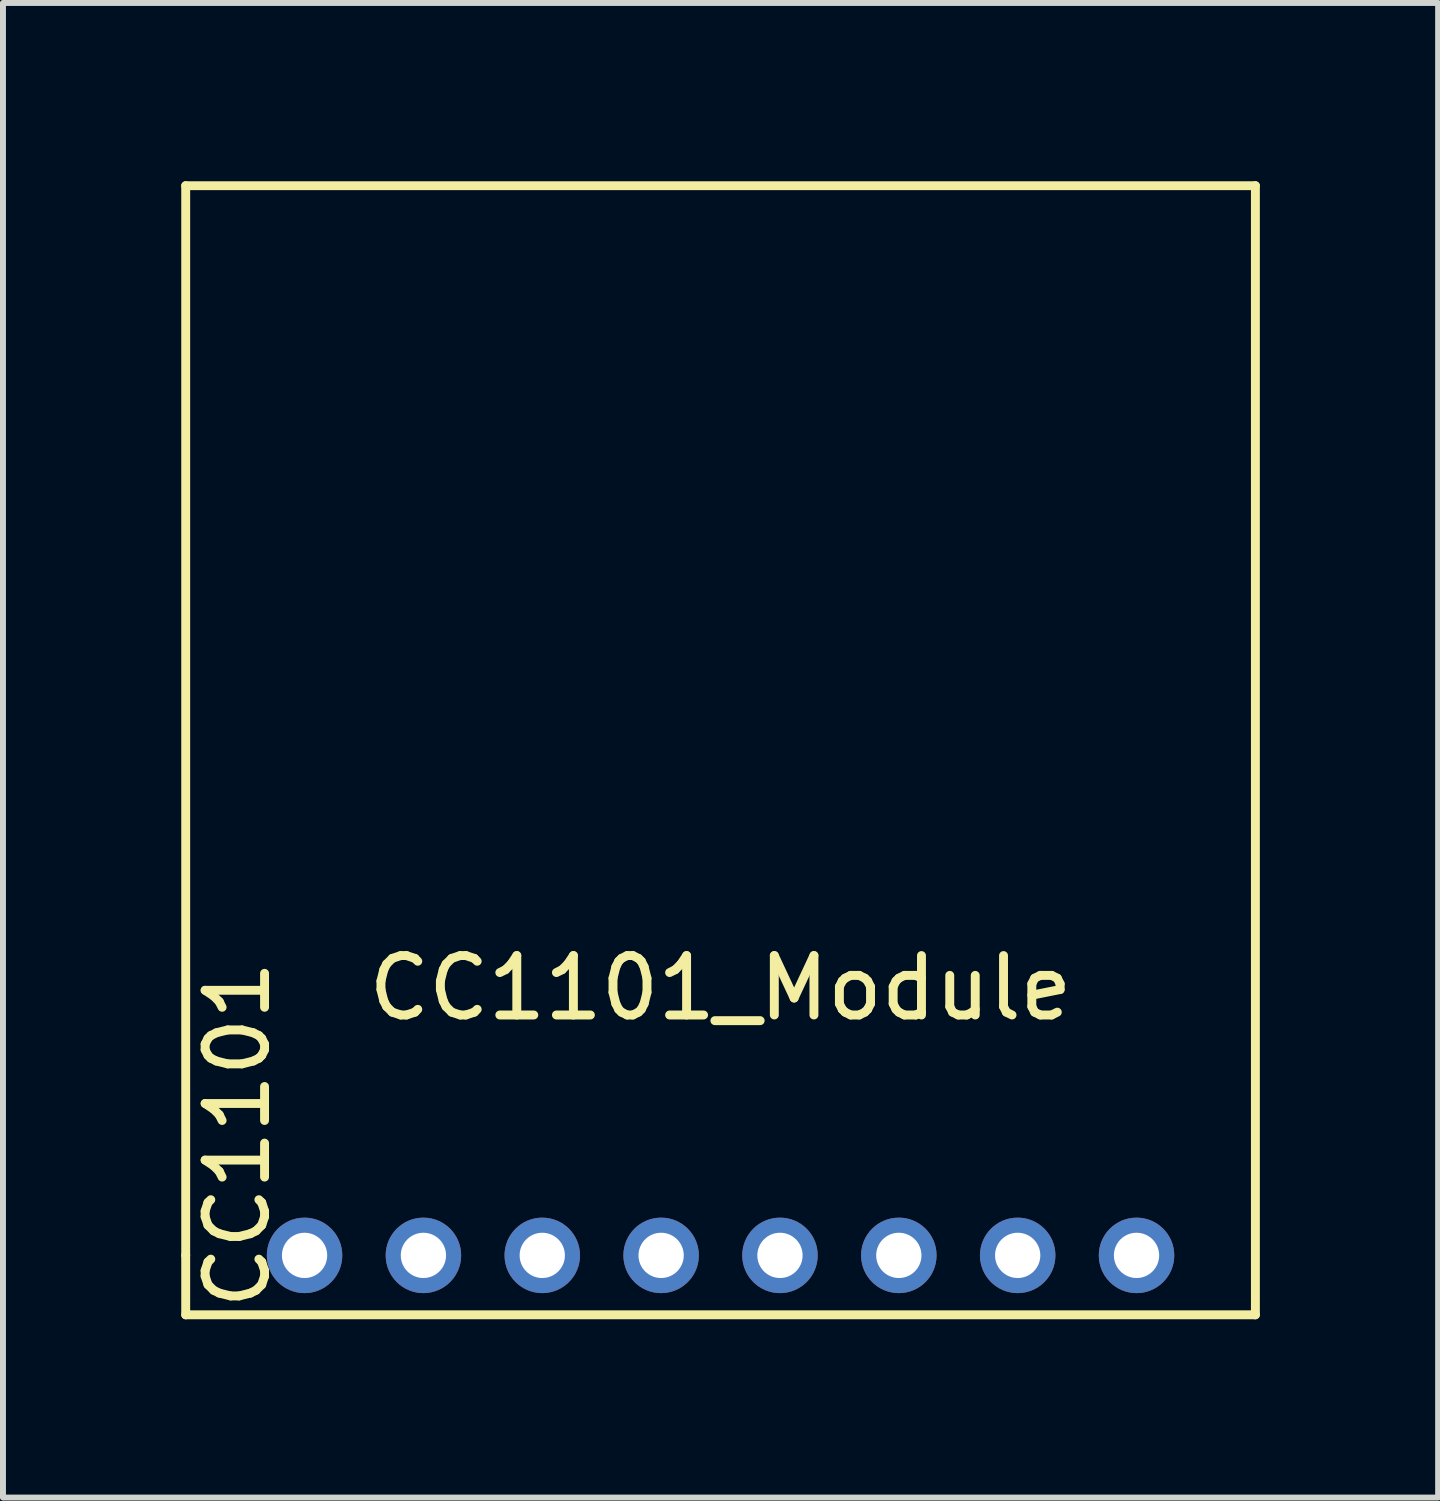
<source format=kicad_pcb>
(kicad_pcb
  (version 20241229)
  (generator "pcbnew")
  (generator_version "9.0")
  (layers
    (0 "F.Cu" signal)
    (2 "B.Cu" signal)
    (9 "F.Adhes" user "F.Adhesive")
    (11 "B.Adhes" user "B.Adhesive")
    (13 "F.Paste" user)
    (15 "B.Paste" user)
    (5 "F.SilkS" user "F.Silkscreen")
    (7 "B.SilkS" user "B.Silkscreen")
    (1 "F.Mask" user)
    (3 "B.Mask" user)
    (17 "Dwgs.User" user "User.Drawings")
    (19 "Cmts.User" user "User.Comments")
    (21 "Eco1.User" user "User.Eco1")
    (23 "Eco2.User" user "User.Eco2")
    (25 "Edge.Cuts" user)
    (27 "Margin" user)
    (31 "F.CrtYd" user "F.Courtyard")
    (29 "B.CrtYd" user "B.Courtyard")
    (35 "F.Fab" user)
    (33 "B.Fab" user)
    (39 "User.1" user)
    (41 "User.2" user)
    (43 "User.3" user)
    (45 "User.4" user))
  (footprint "CC1101_Module"
    (layer "F.Cu")
    (at 9.075 18.075)
    (property "Reference" "CC1101_Module" (at 0 -4.5 0) (layer "F.SilkS") (effects (font (size 1 1) (thickness 0.15))))
    (attr through_hole)
    (fp_line (start -9 -18) (end 9 -18) (stroke (width 0.15) (type solid)) (layer "F.SilkS"))
    (fp_line (start -9 0) (end -9 -18) (stroke (width 0.15) (type solid)) (layer "F.SilkS"))
    (fp_line (start -9 1) (end -9 0) (stroke (width 0.15) (type solid)) (layer "F.SilkS"))
    (fp_line (start 9 -18) (end 9 1) (stroke (width 0.15) (type solid)) (layer "F.SilkS"))
    (fp_line (start 9 1) (end -9 1) (stroke (width 0.15) (type solid)) (layer "F.SilkS"))
    (fp_text user "CC1101" (at -8.128 -2.032 90) (layer "F.SilkS") (effects (font (size 1 1) (thickness 0.15))))
    (pad "1" thru_hole circle (at -7 0) (size 1.27 1.27) (drill 0.762) (layers "*.Cu" "*.Mask"))
    (pad "2" thru_hole circle (at -5 0) (size 1.27 1.27) (drill 0.762) (layers "*.Cu" "*.Mask"))
    (pad "3" thru_hole circle (at -3 0) (size 1.27 1.27) (drill 0.762) (layers "*.Cu" "*.Mask"))
    (pad "4" thru_hole circle (at -1 0) (size 1.27 1.27) (drill 0.762) (layers "*.Cu" "*.Mask"))
    (pad "5" thru_hole circle (at 1 0) (size 1.27 1.27) (drill 0.762) (layers "*.Cu" "*.Mask"))
    (pad "6" thru_hole circle (at 3 0) (size 1.27 1.27) (drill 0.762) (layers "*.Cu" "*.Mask"))
    (pad "7" thru_hole circle (at 5 0) (size 1.27 1.27) (drill 0.762) (layers "*.Cu" "*.Mask"))
    (pad "8" thru_hole circle (at 7 0) (size 1.27 1.27) (drill 0.762) (layers "*.Cu" "*.Mask")))
  (gr_rect
    (start -3 -3)
    (end 21.15 22.15)
    (stroke (width 0.1) (type default))
    (fill no)
    (layer "Edge.Cuts")))
</source>
